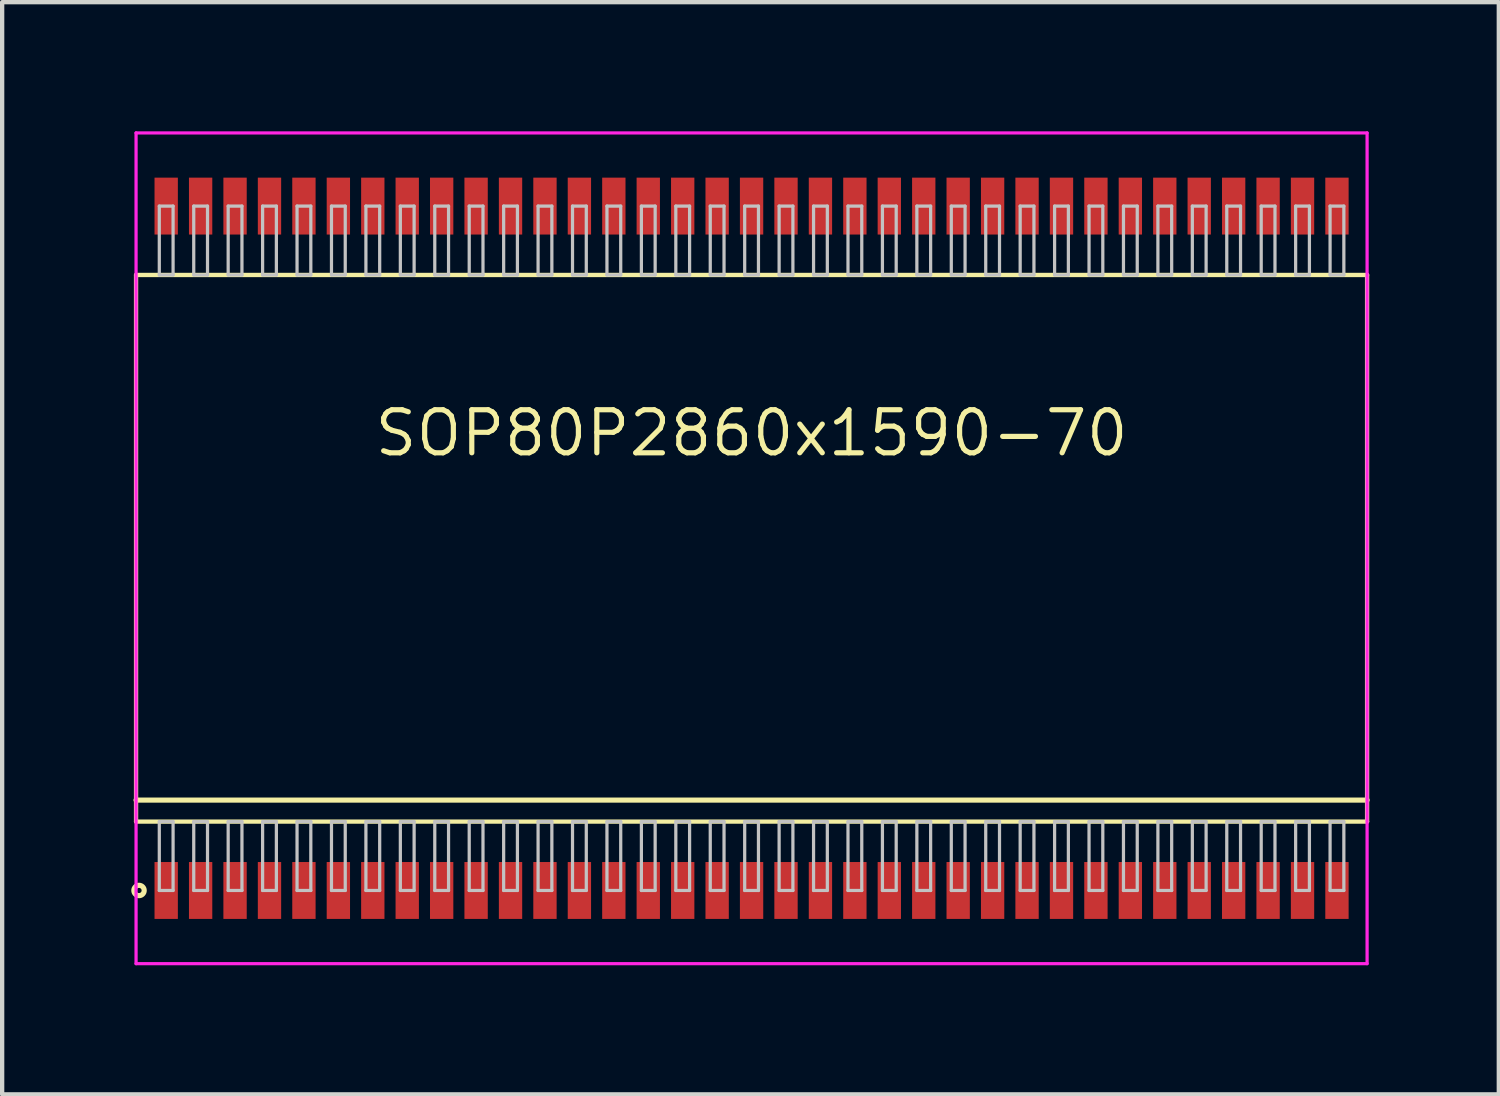
<source format=kicad_pcb>
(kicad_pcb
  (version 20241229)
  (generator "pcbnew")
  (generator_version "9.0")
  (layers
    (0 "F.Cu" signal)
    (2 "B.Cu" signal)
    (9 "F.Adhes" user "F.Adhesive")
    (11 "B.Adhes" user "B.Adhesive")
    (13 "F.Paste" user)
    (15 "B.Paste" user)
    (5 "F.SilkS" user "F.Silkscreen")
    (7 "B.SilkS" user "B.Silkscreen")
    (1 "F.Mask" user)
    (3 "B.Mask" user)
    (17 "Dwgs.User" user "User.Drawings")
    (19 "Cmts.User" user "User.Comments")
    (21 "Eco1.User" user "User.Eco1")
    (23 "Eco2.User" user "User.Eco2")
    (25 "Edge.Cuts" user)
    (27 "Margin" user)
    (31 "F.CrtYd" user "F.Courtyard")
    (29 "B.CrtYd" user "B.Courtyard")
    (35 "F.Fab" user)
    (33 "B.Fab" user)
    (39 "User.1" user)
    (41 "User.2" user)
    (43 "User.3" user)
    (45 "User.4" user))
  (footprint "SOP80P2860x1590-70"
    (layer "F.Cu")
    (at 14.411 9.688)
    (property "Reference" "SOP80P2860x1590-70" (at 0 -2.675 0) (layer "F.SilkS") (effects (font (size 1 1) (thickness 0.12))))
    (attr through_hole)
    (fp_line (start -14.3 -6.35) (end -14.3 6.35) (stroke (width 0.1) (type solid)) (layer "F.SilkS"))
    (fp_line (start -14.3 5.85) (end 14.3 5.85) (stroke (width 0.12) (type solid)) (layer "F.SilkS"))
    (fp_line (start -14.3 6.35) (end 14.3 6.35) (stroke (width 0.1) (type solid)) (layer "F.SilkS"))
    (fp_line (start 14.3 -6.35) (end -14.3 -6.35) (stroke (width 0.1) (type solid)) (layer "F.SilkS"))
    (fp_line (start 14.3 6.35) (end 14.3 -6.35) (stroke (width 0.1) (type solid)) (layer "F.SilkS"))
    (fp_circle (center -14.231 7.95) (end -14.111 7.95) (stroke (width 0.12) (type solid)) (fill no) (layer "F.SilkS"))
    (fp_line (start -13.76 -7.95) (end -13.76 -6.35) (stroke (width 0.075) (type solid)) (layer "Dwgs.User"))
    (fp_line (start -13.76 -6.35) (end -13.44 -6.35) (stroke (width 0.075) (type solid)) (layer "Dwgs.User"))
    (fp_line (start -13.76 6.35) (end -13.44 6.35) (stroke (width 0.075) (type solid)) (layer "Dwgs.User"))
    (fp_line (start -13.76 7.95) (end -13.76 6.35) (stroke (width 0.075) (type solid)) (layer "Dwgs.User"))
    (fp_line (start -13.44 -7.95) (end -13.76 -7.95) (stroke (width 0.075) (type solid)) (layer "Dwgs.User"))
    (fp_line (start -13.44 -6.35) (end -13.44 -7.95) (stroke (width 0.075) (type solid)) (layer "Dwgs.User"))
    (fp_line (start -13.44 6.35) (end -13.44 7.95) (stroke (width 0.075) (type solid)) (layer "Dwgs.User"))
    (fp_line (start -13.44 7.95) (end -13.76 7.95) (stroke (width 0.075) (type solid)) (layer "Dwgs.User"))
    (fp_line (start -12.96 -7.95) (end -12.96 -6.35) (stroke (width 0.075) (type solid)) (layer "Dwgs.User"))
    (fp_line (start -12.96 -6.35) (end -12.64 -6.35) (stroke (width 0.075) (type solid)) (layer "Dwgs.User"))
    (fp_line (start -12.96 6.35) (end -12.64 6.35) (stroke (width 0.075) (type solid)) (layer "Dwgs.User"))
    (fp_line (start -12.96 7.95) (end -12.96 6.35) (stroke (width 0.075) (type solid)) (layer "Dwgs.User"))
    (fp_line (start -12.64 -7.95) (end -12.96 -7.95) (stroke (width 0.075) (type solid)) (layer "Dwgs.User"))
    (fp_line (start -12.64 -6.35) (end -12.64 -7.95) (stroke (width 0.075) (type solid)) (layer "Dwgs.User"))
    (fp_line (start -12.64 6.35) (end -12.64 7.95) (stroke (width 0.075) (type solid)) (layer "Dwgs.User"))
    (fp_line (start -12.64 7.95) (end -12.96 7.95) (stroke (width 0.075) (type solid)) (layer "Dwgs.User"))
    (fp_line (start -12.16 -7.95) (end -12.16 -6.35) (stroke (width 0.075) (type solid)) (layer "Dwgs.User"))
    (fp_line (start -12.16 -6.35) (end -11.84 -6.35) (stroke (width 0.075) (type solid)) (layer "Dwgs.User"))
    (fp_line (start -12.16 6.35) (end -11.84 6.35) (stroke (width 0.075) (type solid)) (layer "Dwgs.User"))
    (fp_line (start -12.16 7.95) (end -12.16 6.35) (stroke (width 0.075) (type solid)) (layer "Dwgs.User"))
    (fp_line (start -11.84 -7.95) (end -12.16 -7.95) (stroke (width 0.075) (type solid)) (layer "Dwgs.User"))
    (fp_line (start -11.84 -6.35) (end -11.84 -7.95) (stroke (width 0.075) (type solid)) (layer "Dwgs.User"))
    (fp_line (start -11.84 6.35) (end -11.84 7.95) (stroke (width 0.075) (type solid)) (layer "Dwgs.User"))
    (fp_line (start -11.84 7.95) (end -12.16 7.95) (stroke (width 0.075) (type solid)) (layer "Dwgs.User"))
    (fp_line (start -11.36 -7.95) (end -11.36 -6.35) (stroke (width 0.075) (type solid)) (layer "Dwgs.User"))
    (fp_line (start -11.36 -6.35) (end -11.04 -6.35) (stroke (width 0.075) (type solid)) (layer "Dwgs.User"))
    (fp_line (start -11.36 6.35) (end -11.04 6.35) (stroke (width 0.075) (type solid)) (layer "Dwgs.User"))
    (fp_line (start -11.36 7.95) (end -11.36 6.35) (stroke (width 0.075) (type solid)) (layer "Dwgs.User"))
    (fp_line (start -11.04 -7.95) (end -11.36 -7.95) (stroke (width 0.075) (type solid)) (layer "Dwgs.User"))
    (fp_line (start -11.04 -6.35) (end -11.04 -7.95) (stroke (width 0.075) (type solid)) (layer "Dwgs.User"))
    (fp_line (start -11.04 6.35) (end -11.04 7.95) (stroke (width 0.075) (type solid)) (layer "Dwgs.User"))
    (fp_line (start -11.04 7.95) (end -11.36 7.95) (stroke (width 0.075) (type solid)) (layer "Dwgs.User"))
    (fp_line (start -10.56 -7.95) (end -10.56 -6.35) (stroke (width 0.075) (type solid)) (layer "Dwgs.User"))
    (fp_line (start -10.56 -6.35) (end -10.24 -6.35) (stroke (width 0.075) (type solid)) (layer "Dwgs.User"))
    (fp_line (start -10.56 6.35) (end -10.24 6.35) (stroke (width 0.075) (type solid)) (layer "Dwgs.User"))
    (fp_line (start -10.56 7.95) (end -10.56 6.35) (stroke (width 0.075) (type solid)) (layer "Dwgs.User"))
    (fp_line (start -10.24 -7.95) (end -10.56 -7.95) (stroke (width 0.075) (type solid)) (layer "Dwgs.User"))
    (fp_line (start -10.24 -6.35) (end -10.24 -7.95) (stroke (width 0.075) (type solid)) (layer "Dwgs.User"))
    (fp_line (start -10.24 6.35) (end -10.24 7.95) (stroke (width 0.075) (type solid)) (layer "Dwgs.User"))
    (fp_line (start -10.24 7.95) (end -10.56 7.95) (stroke (width 0.075) (type solid)) (layer "Dwgs.User"))
    (fp_line (start -9.76 -7.95) (end -9.76 -6.35) (stroke (width 0.075) (type solid)) (layer "Dwgs.User"))
    (fp_line (start -9.76 -6.35) (end -9.44 -6.35) (stroke (width 0.075) (type solid)) (layer "Dwgs.User"))
    (fp_line (start -9.76 6.35) (end -9.44 6.35) (stroke (width 0.075) (type solid)) (layer "Dwgs.User"))
    (fp_line (start -9.76 7.95) (end -9.76 6.35) (stroke (width 0.075) (type solid)) (layer "Dwgs.User"))
    (fp_line (start -9.44 -7.95) (end -9.76 -7.95) (stroke (width 0.075) (type solid)) (layer "Dwgs.User"))
    (fp_line (start -9.44 -6.35) (end -9.44 -7.95) (stroke (width 0.075) (type solid)) (layer "Dwgs.User"))
    (fp_line (start -9.44 6.35) (end -9.44 7.95) (stroke (width 0.075) (type solid)) (layer "Dwgs.User"))
    (fp_line (start -9.44 7.95) (end -9.76 7.95) (stroke (width 0.075) (type solid)) (layer "Dwgs.User"))
    (fp_line (start -8.96 -7.95) (end -8.96 -6.35) (stroke (width 0.075) (type solid)) (layer "Dwgs.User"))
    (fp_line (start -8.96 -6.35) (end -8.64 -6.35) (stroke (width 0.075) (type solid)) (layer "Dwgs.User"))
    (fp_line (start -8.96 6.35) (end -8.64 6.35) (stroke (width 0.075) (type solid)) (layer "Dwgs.User"))
    (fp_line (start -8.96 7.95) (end -8.96 6.35) (stroke (width 0.075) (type solid)) (layer "Dwgs.User"))
    (fp_line (start -8.64 -7.95) (end -8.96 -7.95) (stroke (width 0.075) (type solid)) (layer "Dwgs.User"))
    (fp_line (start -8.64 -6.35) (end -8.64 -7.95) (stroke (width 0.075) (type solid)) (layer "Dwgs.User"))
    (fp_line (start -8.64 6.35) (end -8.64 7.95) (stroke (width 0.075) (type solid)) (layer "Dwgs.User"))
    (fp_line (start -8.64 7.95) (end -8.96 7.95) (stroke (width 0.075) (type solid)) (layer "Dwgs.User"))
    (fp_line (start -8.16 -7.95) (end -8.16 -6.35) (stroke (width 0.075) (type solid)) (layer "Dwgs.User"))
    (fp_line (start -8.16 -6.35) (end -7.84 -6.35) (stroke (width 0.075) (type solid)) (layer "Dwgs.User"))
    (fp_line (start -8.16 6.35) (end -7.84 6.35) (stroke (width 0.075) (type solid)) (layer "Dwgs.User"))
    (fp_line (start -8.16 7.95) (end -8.16 6.35) (stroke (width 0.075) (type solid)) (layer "Dwgs.User"))
    (fp_line (start -7.84 -7.95) (end -8.16 -7.95) (stroke (width 0.075) (type solid)) (layer "Dwgs.User"))
    (fp_line (start -7.84 -6.35) (end -7.84 -7.95) (stroke (width 0.075) (type solid)) (layer "Dwgs.User"))
    (fp_line (start -7.84 6.35) (end -7.84 7.95) (stroke (width 0.075) (type solid)) (layer "Dwgs.User"))
    (fp_line (start -7.84 7.95) (end -8.16 7.95) (stroke (width 0.075) (type solid)) (layer "Dwgs.User"))
    (fp_line (start -7.36 -7.95) (end -7.36 -6.35) (stroke (width 0.075) (type solid)) (layer "Dwgs.User"))
    (fp_line (start -7.36 -6.35) (end -7.04 -6.35) (stroke (width 0.075) (type solid)) (layer "Dwgs.User"))
    (fp_line (start -7.36 6.35) (end -7.04 6.35) (stroke (width 0.075) (type solid)) (layer "Dwgs.User"))
    (fp_line (start -7.36 7.95) (end -7.36 6.35) (stroke (width 0.075) (type solid)) (layer "Dwgs.User"))
    (fp_line (start -7.04 -7.95) (end -7.36 -7.95) (stroke (width 0.075) (type solid)) (layer "Dwgs.User"))
    (fp_line (start -7.04 -6.35) (end -7.04 -7.95) (stroke (width 0.075) (type solid)) (layer "Dwgs.User"))
    (fp_line (start -7.04 6.35) (end -7.04 7.95) (stroke (width 0.075) (type solid)) (layer "Dwgs.User"))
    (fp_line (start -7.04 7.95) (end -7.36 7.95) (stroke (width 0.075) (type solid)) (layer "Dwgs.User"))
    (fp_line (start -6.56 -7.95) (end -6.56 -6.35) (stroke (width 0.075) (type solid)) (layer "Dwgs.User"))
    (fp_line (start -6.56 -6.35) (end -6.24 -6.35) (stroke (width 0.075) (type solid)) (layer "Dwgs.User"))
    (fp_line (start -6.56 6.35) (end -6.24 6.35) (stroke (width 0.075) (type solid)) (layer "Dwgs.User"))
    (fp_line (start -6.56 7.95) (end -6.56 6.35) (stroke (width 0.075) (type solid)) (layer "Dwgs.User"))
    (fp_line (start -6.24 -7.95) (end -6.56 -7.95) (stroke (width 0.075) (type solid)) (layer "Dwgs.User"))
    (fp_line (start -6.24 -6.35) (end -6.24 -7.95) (stroke (width 0.075) (type solid)) (layer "Dwgs.User"))
    (fp_line (start -6.24 6.35) (end -6.24 7.95) (stroke (width 0.075) (type solid)) (layer "Dwgs.User"))
    (fp_line (start -6.24 7.95) (end -6.56 7.95) (stroke (width 0.075) (type solid)) (layer "Dwgs.User"))
    (fp_line (start -5.76 -7.95) (end -5.76 -6.35) (stroke (width 0.075) (type solid)) (layer "Dwgs.User"))
    (fp_line (start -5.76 -6.35) (end -5.44 -6.35) (stroke (width 0.075) (type solid)) (layer "Dwgs.User"))
    (fp_line (start -5.76 6.35) (end -5.44 6.35) (stroke (width 0.075) (type solid)) (layer "Dwgs.User"))
    (fp_line (start -5.76 7.95) (end -5.76 6.35) (stroke (width 0.075) (type solid)) (layer "Dwgs.User"))
    (fp_line (start -5.44 -7.95) (end -5.76 -7.95) (stroke (width 0.075) (type solid)) (layer "Dwgs.User"))
    (fp_line (start -5.44 -6.35) (end -5.44 -7.95) (stroke (width 0.075) (type solid)) (layer "Dwgs.User"))
    (fp_line (start -5.44 6.35) (end -5.44 7.95) (stroke (width 0.075) (type solid)) (layer "Dwgs.User"))
    (fp_line (start -5.44 7.95) (end -5.76 7.95) (stroke (width 0.075) (type solid)) (layer "Dwgs.User"))
    (fp_line (start -4.96 -7.95) (end -4.96 -6.35) (stroke (width 0.075) (type solid)) (layer "Dwgs.User"))
    (fp_line (start -4.96 -6.35) (end -4.64 -6.35) (stroke (width 0.075) (type solid)) (layer "Dwgs.User"))
    (fp_line (start -4.96 6.35) (end -4.64 6.35) (stroke (width 0.075) (type solid)) (layer "Dwgs.User"))
    (fp_line (start -4.96 7.95) (end -4.96 6.35) (stroke (width 0.075) (type solid)) (layer "Dwgs.User"))
    (fp_line (start -4.64 -7.95) (end -4.96 -7.95) (stroke (width 0.075) (type solid)) (layer "Dwgs.User"))
    (fp_line (start -4.64 -6.35) (end -4.64 -7.95) (stroke (width 0.075) (type solid)) (layer "Dwgs.User"))
    (fp_line (start -4.64 6.35) (end -4.64 7.95) (stroke (width 0.075) (type solid)) (layer "Dwgs.User"))
    (fp_line (start -4.64 7.95) (end -4.96 7.95) (stroke (width 0.075) (type solid)) (layer "Dwgs.User"))
    (fp_line (start -4.16 -7.95) (end -4.16 -6.35) (stroke (width 0.075) (type solid)) (layer "Dwgs.User"))
    (fp_line (start -4.16 -6.35) (end -3.84 -6.35) (stroke (width 0.075) (type solid)) (layer "Dwgs.User"))
    (fp_line (start -4.16 6.35) (end -3.84 6.35) (stroke (width 0.075) (type solid)) (layer "Dwgs.User"))
    (fp_line (start -4.16 7.95) (end -4.16 6.35) (stroke (width 0.075) (type solid)) (layer "Dwgs.User"))
    (fp_line (start -3.84 -7.95) (end -4.16 -7.95) (stroke (width 0.075) (type solid)) (layer "Dwgs.User"))
    (fp_line (start -3.84 -6.35) (end -3.84 -7.95) (stroke (width 0.075) (type solid)) (layer "Dwgs.User"))
    (fp_line (start -3.84 6.35) (end -3.84 7.95) (stroke (width 0.075) (type solid)) (layer "Dwgs.User"))
    (fp_line (start -3.84 7.95) (end -4.16 7.95) (stroke (width 0.075) (type solid)) (layer "Dwgs.User"))
    (fp_line (start -3.36 -7.95) (end -3.36 -6.35) (stroke (width 0.075) (type solid)) (layer "Dwgs.User"))
    (fp_line (start -3.36 -6.35) (end -3.04 -6.35) (stroke (width 0.075) (type solid)) (layer "Dwgs.User"))
    (fp_line (start -3.36 6.35) (end -3.04 6.35) (stroke (width 0.075) (type solid)) (layer "Dwgs.User"))
    (fp_line (start -3.36 7.95) (end -3.36 6.35) (stroke (width 0.075) (type solid)) (layer "Dwgs.User"))
    (fp_line (start -3.04 -7.95) (end -3.36 -7.95) (stroke (width 0.075) (type solid)) (layer "Dwgs.User"))
    (fp_line (start -3.04 -6.35) (end -3.04 -7.95) (stroke (width 0.075) (type solid)) (layer "Dwgs.User"))
    (fp_line (start -3.04 6.35) (end -3.04 7.95) (stroke (width 0.075) (type solid)) (layer "Dwgs.User"))
    (fp_line (start -3.04 7.95) (end -3.36 7.95) (stroke (width 0.075) (type solid)) (layer "Dwgs.User"))
    (fp_line (start -2.56 -7.95) (end -2.56 -6.35) (stroke (width 0.075) (type solid)) (layer "Dwgs.User"))
    (fp_line (start -2.56 -6.35) (end -2.24 -6.35) (stroke (width 0.075) (type solid)) (layer "Dwgs.User"))
    (fp_line (start -2.56 6.35) (end -2.24 6.35) (stroke (width 0.075) (type solid)) (layer "Dwgs.User"))
    (fp_line (start -2.56 7.95) (end -2.56 6.35) (stroke (width 0.075) (type solid)) (layer "Dwgs.User"))
    (fp_line (start -2.24 -7.95) (end -2.56 -7.95) (stroke (width 0.075) (type solid)) (layer "Dwgs.User"))
    (fp_line (start -2.24 -6.35) (end -2.24 -7.95) (stroke (width 0.075) (type solid)) (layer "Dwgs.User"))
    (fp_line (start -2.24 6.35) (end -2.24 7.95) (stroke (width 0.075) (type solid)) (layer "Dwgs.User"))
    (fp_line (start -2.24 7.95) (end -2.56 7.95) (stroke (width 0.075) (type solid)) (layer "Dwgs.User"))
    (fp_line (start -1.76 -7.95) (end -1.76 -6.35) (stroke (width 0.075) (type solid)) (layer "Dwgs.User"))
    (fp_line (start -1.76 -6.35) (end -1.44 -6.35) (stroke (width 0.075) (type solid)) (layer "Dwgs.User"))
    (fp_line (start -1.76 6.35) (end -1.44 6.35) (stroke (width 0.075) (type solid)) (layer "Dwgs.User"))
    (fp_line (start -1.76 7.95) (end -1.76 6.35) (stroke (width 0.075) (type solid)) (layer "Dwgs.User"))
    (fp_line (start -1.44 -7.95) (end -1.76 -7.95) (stroke (width 0.075) (type solid)) (layer "Dwgs.User"))
    (fp_line (start -1.44 -6.35) (end -1.44 -7.95) (stroke (width 0.075) (type solid)) (layer "Dwgs.User"))
    (fp_line (start -1.44 6.35) (end -1.44 7.95) (stroke (width 0.075) (type solid)) (layer "Dwgs.User"))
    (fp_line (start -1.44 7.95) (end -1.76 7.95) (stroke (width 0.075) (type solid)) (layer "Dwgs.User"))
    (fp_line (start -0.96 -7.95) (end -0.96 -6.35) (stroke (width 0.075) (type solid)) (layer "Dwgs.User"))
    (fp_line (start -0.96 -6.35) (end -0.64 -6.35) (stroke (width 0.075) (type solid)) (layer "Dwgs.User"))
    (fp_line (start -0.96 6.35) (end -0.64 6.35) (stroke (width 0.075) (type solid)) (layer "Dwgs.User"))
    (fp_line (start -0.96 7.95) (end -0.96 6.35) (stroke (width 0.075) (type solid)) (layer "Dwgs.User"))
    (fp_line (start -0.64 -7.95) (end -0.96 -7.95) (stroke (width 0.075) (type solid)) (layer "Dwgs.User"))
    (fp_line (start -0.64 -6.35) (end -0.64 -7.95) (stroke (width 0.075) (type solid)) (layer "Dwgs.User"))
    (fp_line (start -0.64 6.35) (end -0.64 7.95) (stroke (width 0.075) (type solid)) (layer "Dwgs.User"))
    (fp_line (start -0.64 7.95) (end -0.96 7.95) (stroke (width 0.075) (type solid)) (layer "Dwgs.User"))
    (fp_line (start -0.16 -7.95) (end -0.16 -6.35) (stroke (width 0.075) (type solid)) (layer "Dwgs.User"))
    (fp_line (start -0.16 -6.35) (end 0.16 -6.35) (stroke (width 0.075) (type solid)) (layer "Dwgs.User"))
    (fp_line (start -0.16 6.35) (end 0.16 6.35) (stroke (width 0.075) (type solid)) (layer "Dwgs.User"))
    (fp_line (start -0.16 7.95) (end -0.16 6.35) (stroke (width 0.075) (type solid)) (layer "Dwgs.User"))
    (fp_line (start 0.16 -7.95) (end -0.16 -7.95) (stroke (width 0.075) (type solid)) (layer "Dwgs.User"))
    (fp_line (start 0.16 -6.35) (end 0.16 -7.95) (stroke (width 0.075) (type solid)) (layer "Dwgs.User"))
    (fp_line (start 0.16 6.35) (end 0.16 7.95) (stroke (width 0.075) (type solid)) (layer "Dwgs.User"))
    (fp_line (start 0.16 7.95) (end -0.16 7.95) (stroke (width 0.075) (type solid)) (layer "Dwgs.User"))
    (fp_line (start 0.64 -7.95) (end 0.64 -6.35) (stroke (width 0.075) (type solid)) (layer "Dwgs.User"))
    (fp_line (start 0.64 -6.35) (end 0.96 -6.35) (stroke (width 0.075) (type solid)) (layer "Dwgs.User"))
    (fp_line (start 0.64 6.35) (end 0.96 6.35) (stroke (width 0.075) (type solid)) (layer "Dwgs.User"))
    (fp_line (start 0.64 7.95) (end 0.64 6.35) (stroke (width 0.075) (type solid)) (layer "Dwgs.User"))
    (fp_line (start 0.96 -7.95) (end 0.64 -7.95) (stroke (width 0.075) (type solid)) (layer "Dwgs.User"))
    (fp_line (start 0.96 -6.35) (end 0.96 -7.95) (stroke (width 0.075) (type solid)) (layer "Dwgs.User"))
    (fp_line (start 0.96 6.35) (end 0.96 7.95) (stroke (width 0.075) (type solid)) (layer "Dwgs.User"))
    (fp_line (start 0.96 7.95) (end 0.64 7.95) (stroke (width 0.075) (type solid)) (layer "Dwgs.User"))
    (fp_line (start 1.44 -7.95) (end 1.44 -6.35) (stroke (width 0.075) (type solid)) (layer "Dwgs.User"))
    (fp_line (start 1.44 -6.35) (end 1.76 -6.35) (stroke (width 0.075) (type solid)) (layer "Dwgs.User"))
    (fp_line (start 1.44 6.35) (end 1.76 6.35) (stroke (width 0.075) (type solid)) (layer "Dwgs.User"))
    (fp_line (start 1.44 7.95) (end 1.44 6.35) (stroke (width 0.075) (type solid)) (layer "Dwgs.User"))
    (fp_line (start 1.76 -7.95) (end 1.44 -7.95) (stroke (width 0.075) (type solid)) (layer "Dwgs.User"))
    (fp_line (start 1.76 -6.35) (end 1.76 -7.95) (stroke (width 0.075) (type solid)) (layer "Dwgs.User"))
    (fp_line (start 1.76 6.35) (end 1.76 7.95) (stroke (width 0.075) (type solid)) (layer "Dwgs.User"))
    (fp_line (start 1.76 7.95) (end 1.44 7.95) (stroke (width 0.075) (type solid)) (layer "Dwgs.User"))
    (fp_line (start 2.24 -7.95) (end 2.24 -6.35) (stroke (width 0.075) (type solid)) (layer "Dwgs.User"))
    (fp_line (start 2.24 -6.35) (end 2.56 -6.35) (stroke (width 0.075) (type solid)) (layer "Dwgs.User"))
    (fp_line (start 2.24 6.35) (end 2.56 6.35) (stroke (width 0.075) (type solid)) (layer "Dwgs.User"))
    (fp_line (start 2.24 7.95) (end 2.24 6.35) (stroke (width 0.075) (type solid)) (layer "Dwgs.User"))
    (fp_line (start 2.56 -7.95) (end 2.24 -7.95) (stroke (width 0.075) (type solid)) (layer "Dwgs.User"))
    (fp_line (start 2.56 -6.35) (end 2.56 -7.95) (stroke (width 0.075) (type solid)) (layer "Dwgs.User"))
    (fp_line (start 2.56 6.35) (end 2.56 7.95) (stroke (width 0.075) (type solid)) (layer "Dwgs.User"))
    (fp_line (start 2.56 7.95) (end 2.24 7.95) (stroke (width 0.075) (type solid)) (layer "Dwgs.User"))
    (fp_line (start 3.04 -7.95) (end 3.04 -6.35) (stroke (width 0.075) (type solid)) (layer "Dwgs.User"))
    (fp_line (start 3.04 -6.35) (end 3.36 -6.35) (stroke (width 0.075) (type solid)) (layer "Dwgs.User"))
    (fp_line (start 3.04 6.35) (end 3.36 6.35) (stroke (width 0.075) (type solid)) (layer "Dwgs.User"))
    (fp_line (start 3.04 7.95) (end 3.04 6.35) (stroke (width 0.075) (type solid)) (layer "Dwgs.User"))
    (fp_line (start 3.36 -7.95) (end 3.04 -7.95) (stroke (width 0.075) (type solid)) (layer "Dwgs.User"))
    (fp_line (start 3.36 -6.35) (end 3.36 -7.95) (stroke (width 0.075) (type solid)) (layer "Dwgs.User"))
    (fp_line (start 3.36 6.35) (end 3.36 7.95) (stroke (width 0.075) (type solid)) (layer "Dwgs.User"))
    (fp_line (start 3.36 7.95) (end 3.04 7.95) (stroke (width 0.075) (type solid)) (layer "Dwgs.User"))
    (fp_line (start 3.84 -7.95) (end 3.84 -6.35) (stroke (width 0.075) (type solid)) (layer "Dwgs.User"))
    (fp_line (start 3.84 -6.35) (end 4.16 -6.35) (stroke (width 0.075) (type solid)) (layer "Dwgs.User"))
    (fp_line (start 3.84 6.35) (end 4.16 6.35) (stroke (width 0.075) (type solid)) (layer "Dwgs.User"))
    (fp_line (start 3.84 7.95) (end 3.84 6.35) (stroke (width 0.075) (type solid)) (layer "Dwgs.User"))
    (fp_line (start 4.16 -7.95) (end 3.84 -7.95) (stroke (width 0.075) (type solid)) (layer "Dwgs.User"))
    (fp_line (start 4.16 -6.35) (end 4.16 -7.95) (stroke (width 0.075) (type solid)) (layer "Dwgs.User"))
    (fp_line (start 4.16 6.35) (end 4.16 7.95) (stroke (width 0.075) (type solid)) (layer "Dwgs.User"))
    (fp_line (start 4.16 7.95) (end 3.84 7.95) (stroke (width 0.075) (type solid)) (layer "Dwgs.User"))
    (fp_line (start 4.64 -7.95) (end 4.64 -6.35) (stroke (width 0.075) (type solid)) (layer "Dwgs.User"))
    (fp_line (start 4.64 -6.35) (end 4.96 -6.35) (stroke (width 0.075) (type solid)) (layer "Dwgs.User"))
    (fp_line (start 4.64 6.35) (end 4.96 6.35) (stroke (width 0.075) (type solid)) (layer "Dwgs.User"))
    (fp_line (start 4.64 7.95) (end 4.64 6.35) (stroke (width 0.075) (type solid)) (layer "Dwgs.User"))
    (fp_line (start 4.96 -7.95) (end 4.64 -7.95) (stroke (width 0.075) (type solid)) (layer "Dwgs.User"))
    (fp_line (start 4.96 -6.35) (end 4.96 -7.95) (stroke (width 0.075) (type solid)) (layer "Dwgs.User"))
    (fp_line (start 4.96 6.35) (end 4.96 7.95) (stroke (width 0.075) (type solid)) (layer "Dwgs.User"))
    (fp_line (start 4.96 7.95) (end 4.64 7.95) (stroke (width 0.075) (type solid)) (layer "Dwgs.User"))
    (fp_line (start 5.44 -7.95) (end 5.44 -6.35) (stroke (width 0.075) (type solid)) (layer "Dwgs.User"))
    (fp_line (start 5.44 -6.35) (end 5.76 -6.35) (stroke (width 0.075) (type solid)) (layer "Dwgs.User"))
    (fp_line (start 5.44 6.35) (end 5.76 6.35) (stroke (width 0.075) (type solid)) (layer "Dwgs.User"))
    (fp_line (start 5.44 7.95) (end 5.44 6.35) (stroke (width 0.075) (type solid)) (layer "Dwgs.User"))
    (fp_line (start 5.76 -7.95) (end 5.44 -7.95) (stroke (width 0.075) (type solid)) (layer "Dwgs.User"))
    (fp_line (start 5.76 -6.35) (end 5.76 -7.95) (stroke (width 0.075) (type solid)) (layer "Dwgs.User"))
    (fp_line (start 5.76 6.35) (end 5.76 7.95) (stroke (width 0.075) (type solid)) (layer "Dwgs.User"))
    (fp_line (start 5.76 7.95) (end 5.44 7.95) (stroke (width 0.075) (type solid)) (layer "Dwgs.User"))
    (fp_line (start 6.24 -7.95) (end 6.24 -6.35) (stroke (width 0.075) (type solid)) (layer "Dwgs.User"))
    (fp_line (start 6.24 -6.35) (end 6.56 -6.35) (stroke (width 0.075) (type solid)) (layer "Dwgs.User"))
    (fp_line (start 6.24 6.35) (end 6.56 6.35) (stroke (width 0.075) (type solid)) (layer "Dwgs.User"))
    (fp_line (start 6.24 7.95) (end 6.24 6.35) (stroke (width 0.075) (type solid)) (layer "Dwgs.User"))
    (fp_line (start 6.56 -7.95) (end 6.24 -7.95) (stroke (width 0.075) (type solid)) (layer "Dwgs.User"))
    (fp_line (start 6.56 -6.35) (end 6.56 -7.95) (stroke (width 0.075) (type solid)) (layer "Dwgs.User"))
    (fp_line (start 6.56 6.35) (end 6.56 7.95) (stroke (width 0.075) (type solid)) (layer "Dwgs.User"))
    (fp_line (start 6.56 7.95) (end 6.24 7.95) (stroke (width 0.075) (type solid)) (layer "Dwgs.User"))
    (fp_line (start 7.04 -7.95) (end 7.04 -6.35) (stroke (width 0.075) (type solid)) (layer "Dwgs.User"))
    (fp_line (start 7.04 -6.35) (end 7.36 -6.35) (stroke (width 0.075) (type solid)) (layer "Dwgs.User"))
    (fp_line (start 7.04 6.35) (end 7.36 6.35) (stroke (width 0.075) (type solid)) (layer "Dwgs.User"))
    (fp_line (start 7.04 7.95) (end 7.04 6.35) (stroke (width 0.075) (type solid)) (layer "Dwgs.User"))
    (fp_line (start 7.36 -7.95) (end 7.04 -7.95) (stroke (width 0.075) (type solid)) (layer "Dwgs.User"))
    (fp_line (start 7.36 -6.35) (end 7.36 -7.95) (stroke (width 0.075) (type solid)) (layer "Dwgs.User"))
    (fp_line (start 7.36 6.35) (end 7.36 7.95) (stroke (width 0.075) (type solid)) (layer "Dwgs.User"))
    (fp_line (start 7.36 7.95) (end 7.04 7.95) (stroke (width 0.075) (type solid)) (layer "Dwgs.User"))
    (fp_line (start 7.84 -7.95) (end 7.84 -6.35) (stroke (width 0.075) (type solid)) (layer "Dwgs.User"))
    (fp_line (start 7.84 -6.35) (end 8.16 -6.35) (stroke (width 0.075) (type solid)) (layer "Dwgs.User"))
    (fp_line (start 7.84 6.35) (end 8.16 6.35) (stroke (width 0.075) (type solid)) (layer "Dwgs.User"))
    (fp_line (start 7.84 7.95) (end 7.84 6.35) (stroke (width 0.075) (type solid)) (layer "Dwgs.User"))
    (fp_line (start 8.16 -7.95) (end 7.84 -7.95) (stroke (width 0.075) (type solid)) (layer "Dwgs.User"))
    (fp_line (start 8.16 -6.35) (end 8.16 -7.95) (stroke (width 0.075) (type solid)) (layer "Dwgs.User"))
    (fp_line (start 8.16 6.35) (end 8.16 7.95) (stroke (width 0.075) (type solid)) (layer "Dwgs.User"))
    (fp_line (start 8.16 7.95) (end 7.84 7.95) (stroke (width 0.075) (type solid)) (layer "Dwgs.User"))
    (fp_line (start 8.64 -7.95) (end 8.64 -6.35) (stroke (width 0.075) (type solid)) (layer "Dwgs.User"))
    (fp_line (start 8.64 -6.35) (end 8.96 -6.35) (stroke (width 0.075) (type solid)) (layer "Dwgs.User"))
    (fp_line (start 8.64 6.35) (end 8.96 6.35) (stroke (width 0.075) (type solid)) (layer "Dwgs.User"))
    (fp_line (start 8.64 7.95) (end 8.64 6.35) (stroke (width 0.075) (type solid)) (layer "Dwgs.User"))
    (fp_line (start 8.96 -7.95) (end 8.64 -7.95) (stroke (width 0.075) (type solid)) (layer "Dwgs.User"))
    (fp_line (start 8.96 -6.35) (end 8.96 -7.95) (stroke (width 0.075) (type solid)) (layer "Dwgs.User"))
    (fp_line (start 8.96 6.35) (end 8.96 7.95) (stroke (width 0.075) (type solid)) (layer "Dwgs.User"))
    (fp_line (start 8.96 7.95) (end 8.64 7.95) (stroke (width 0.075) (type solid)) (layer "Dwgs.User"))
    (fp_line (start 9.44 -7.95) (end 9.44 -6.35) (stroke (width 0.075) (type solid)) (layer "Dwgs.User"))
    (fp_line (start 9.44 -6.35) (end 9.76 -6.35) (stroke (width 0.075) (type solid)) (layer "Dwgs.User"))
    (fp_line (start 9.44 6.35) (end 9.76 6.35) (stroke (width 0.075) (type solid)) (layer "Dwgs.User"))
    (fp_line (start 9.44 7.95) (end 9.44 6.35) (stroke (width 0.075) (type solid)) (layer "Dwgs.User"))
    (fp_line (start 9.76 -7.95) (end 9.44 -7.95) (stroke (width 0.075) (type solid)) (layer "Dwgs.User"))
    (fp_line (start 9.76 -6.35) (end 9.76 -7.95) (stroke (width 0.075) (type solid)) (layer "Dwgs.User"))
    (fp_line (start 9.76 6.35) (end 9.76 7.95) (stroke (width 0.075) (type solid)) (layer "Dwgs.User"))
    (fp_line (start 9.76 7.95) (end 9.44 7.95) (stroke (width 0.075) (type solid)) (layer "Dwgs.User"))
    (fp_line (start 10.24 -7.95) (end 10.24 -6.35) (stroke (width 0.075) (type solid)) (layer "Dwgs.User"))
    (fp_line (start 10.24 -6.35) (end 10.56 -6.35) (stroke (width 0.075) (type solid)) (layer "Dwgs.User"))
    (fp_line (start 10.24 6.35) (end 10.56 6.35) (stroke (width 0.075) (type solid)) (layer "Dwgs.User"))
    (fp_line (start 10.24 7.95) (end 10.24 6.35) (stroke (width 0.075) (type solid)) (layer "Dwgs.User"))
    (fp_line (start 10.56 -7.95) (end 10.24 -7.95) (stroke (width 0.075) (type solid)) (layer "Dwgs.User"))
    (fp_line (start 10.56 -6.35) (end 10.56 -7.95) (stroke (width 0.075) (type solid)) (layer "Dwgs.User"))
    (fp_line (start 10.56 6.35) (end 10.56 7.95) (stroke (width 0.075) (type solid)) (layer "Dwgs.User"))
    (fp_line (start 10.56 7.95) (end 10.24 7.95) (stroke (width 0.075) (type solid)) (layer "Dwgs.User"))
    (fp_line (start 11.04 -7.95) (end 11.04 -6.35) (stroke (width 0.075) (type solid)) (layer "Dwgs.User"))
    (fp_line (start 11.04 -6.35) (end 11.36 -6.35) (stroke (width 0.075) (type solid)) (layer "Dwgs.User"))
    (fp_line (start 11.04 6.35) (end 11.36 6.35) (stroke (width 0.075) (type solid)) (layer "Dwgs.User"))
    (fp_line (start 11.04 7.95) (end 11.04 6.35) (stroke (width 0.075) (type solid)) (layer "Dwgs.User"))
    (fp_line (start 11.36 -7.95) (end 11.04 -7.95) (stroke (width 0.075) (type solid)) (layer "Dwgs.User"))
    (fp_line (start 11.36 -6.35) (end 11.36 -7.95) (stroke (width 0.075) (type solid)) (layer "Dwgs.User"))
    (fp_line (start 11.36 6.35) (end 11.36 7.95) (stroke (width 0.075) (type solid)) (layer "Dwgs.User"))
    (fp_line (start 11.36 7.95) (end 11.04 7.95) (stroke (width 0.075) (type solid)) (layer "Dwgs.User"))
    (fp_line (start 11.84 -7.95) (end 11.84 -6.35) (stroke (width 0.075) (type solid)) (layer "Dwgs.User"))
    (fp_line (start 11.84 -6.35) (end 12.16 -6.35) (stroke (width 0.075) (type solid)) (layer "Dwgs.User"))
    (fp_line (start 11.84 6.35) (end 12.16 6.35) (stroke (width 0.075) (type solid)) (layer "Dwgs.User"))
    (fp_line (start 11.84 7.95) (end 11.84 6.35) (stroke (width 0.075) (type solid)) (layer "Dwgs.User"))
    (fp_line (start 12.16 -7.95) (end 11.84 -7.95) (stroke (width 0.075) (type solid)) (layer "Dwgs.User"))
    (fp_line (start 12.16 -6.35) (end 12.16 -7.95) (stroke (width 0.075) (type solid)) (layer "Dwgs.User"))
    (fp_line (start 12.16 6.35) (end 12.16 7.95) (stroke (width 0.075) (type solid)) (layer "Dwgs.User"))
    (fp_line (start 12.16 7.95) (end 11.84 7.95) (stroke (width 0.075) (type solid)) (layer "Dwgs.User"))
    (fp_line (start 12.64 -7.95) (end 12.64 -6.35) (stroke (width 0.075) (type solid)) (layer "Dwgs.User"))
    (fp_line (start 12.64 -6.35) (end 12.96 -6.35) (stroke (width 0.075) (type solid)) (layer "Dwgs.User"))
    (fp_line (start 12.64 6.35) (end 12.96 6.35) (stroke (width 0.075) (type solid)) (layer "Dwgs.User"))
    (fp_line (start 12.64 7.95) (end 12.64 6.35) (stroke (width 0.075) (type solid)) (layer "Dwgs.User"))
    (fp_line (start 12.96 -7.95) (end 12.64 -7.95) (stroke (width 0.075) (type solid)) (layer "Dwgs.User"))
    (fp_line (start 12.96 -6.35) (end 12.96 -7.95) (stroke (width 0.075) (type solid)) (layer "Dwgs.User"))
    (fp_line (start 12.96 6.35) (end 12.96 7.95) (stroke (width 0.075) (type solid)) (layer "Dwgs.User"))
    (fp_line (start 12.96 7.95) (end 12.64 7.95) (stroke (width 0.075) (type solid)) (layer "Dwgs.User"))
    (fp_line (start 13.44 -7.95) (end 13.44 -6.35) (stroke (width 0.075) (type solid)) (layer "Dwgs.User"))
    (fp_line (start 13.44 -6.35) (end 13.76 -6.35) (stroke (width 0.075) (type solid)) (layer "Dwgs.User"))
    (fp_line (start 13.44 6.35) (end 13.76 6.35) (stroke (width 0.075) (type solid)) (layer "Dwgs.User"))
    (fp_line (start 13.44 7.95) (end 13.44 6.35) (stroke (width 0.075) (type solid)) (layer "Dwgs.User"))
    (fp_line (start 13.76 -7.95) (end 13.44 -7.95) (stroke (width 0.075) (type solid)) (layer "Dwgs.User"))
    (fp_line (start 13.76 -6.35) (end 13.76 -7.95) (stroke (width 0.075) (type solid)) (layer "Dwgs.User"))
    (fp_line (start 13.76 6.35) (end 13.76 7.95) (stroke (width 0.075) (type solid)) (layer "Dwgs.User"))
    (fp_line (start 13.76 7.95) (end 13.44 7.95) (stroke (width 0.075) (type solid)) (layer "Dwgs.User"))
    (fp_line (start -0.75 0) (end 0.75 0) (stroke (width 0.12) (type solid)) (layer "Eco1.User"))
    (fp_line (start 0 -0.75) (end 0 0.75) (stroke (width 0.12) (type solid)) (layer "Eco1.User"))
    (fp_circle (center 0 0) (end 0.5 0) (stroke (width 0.12) (type solid)) (fill no) (layer "Eco1.User"))
    (fp_line (start -14.3 -9.65) (end -14.3 9.65) (stroke (width 0.075) (type solid)) (layer "F.CrtYd"))
    (fp_line (start -14.3 9.65) (end 14.3 9.65) (stroke (width 0.075) (type solid)) (layer "F.CrtYd"))
    (fp_line (start 14.3 -9.65) (end -14.3 -9.65) (stroke (width 0.075) (type solid)) (layer "F.CrtYd"))
    (fp_line (start 14.3 9.65) (end 14.3 -9.65) (stroke (width 0.075) (type solid)) (layer "F.CrtYd"))
    (pad "1" smd rect (at -13.6 7.95) (size 0.542 1.322) (layers "F.Cu" "F.Mask" "F.Paste"))
    (pad "2" smd rect (at -12.8 7.95) (size 0.542 1.322) (layers "F.Cu" "F.Mask" "F.Paste"))
    (pad "3" smd rect (at -12 7.95) (size 0.542 1.322) (layers "F.Cu" "F.Mask" "F.Paste"))
    (pad "4" smd rect (at -11.2 7.95) (size 0.542 1.322) (layers "F.Cu" "F.Mask" "F.Paste"))
    (pad "5" smd rect (at -10.4 7.95) (size 0.542 1.322) (layers "F.Cu" "F.Mask" "F.Paste"))
    (pad "6" smd rect (at -9.6 7.95) (size 0.542 1.322) (layers "F.Cu" "F.Mask" "F.Paste"))
    (pad "7" smd rect (at -8.8 7.95) (size 0.542 1.322) (layers "F.Cu" "F.Mask" "F.Paste"))
    (pad "8" smd rect (at -8 7.95) (size 0.542 1.322) (layers "F.Cu" "F.Mask" "F.Paste"))
    (pad "9" smd rect (at -7.2 7.95) (size 0.542 1.322) (layers "F.Cu" "F.Mask" "F.Paste"))
    (pad "10" smd rect (at -6.4 7.95) (size 0.542 1.322) (layers "F.Cu" "F.Mask" "F.Paste"))
    (pad "11" smd rect (at -5.6 7.95) (size 0.542 1.322) (layers "F.Cu" "F.Mask" "F.Paste"))
    (pad "12" smd rect (at -4.8 7.95) (size 0.542 1.322) (layers "F.Cu" "F.Mask" "F.Paste"))
    (pad "13" smd rect (at -4 7.95) (size 0.542 1.322) (layers "F.Cu" "F.Mask" "F.Paste"))
    (pad "14" smd rect (at -3.2 7.95) (size 0.542 1.322) (layers "F.Cu" "F.Mask" "F.Paste"))
    (pad "15" smd rect (at -2.4 7.95) (size 0.542 1.322) (layers "F.Cu" "F.Mask" "F.Paste"))
    (pad "16" smd rect (at -1.6 7.95) (size 0.542 1.322) (layers "F.Cu" "F.Mask" "F.Paste"))
    (pad "17" smd rect (at -0.8 7.95) (size 0.542 1.322) (layers "F.Cu" "F.Mask" "F.Paste"))
    (pad "18" smd rect (at 0 7.95) (size 0.542 1.322) (layers "F.Cu" "F.Mask" "F.Paste"))
    (pad "19" smd rect (at 0.8 7.95) (size 0.542 1.322) (layers "F.Cu" "F.Mask" "F.Paste"))
    (pad "20" smd rect (at 1.6 7.95) (size 0.542 1.322) (layers "F.Cu" "F.Mask" "F.Paste"))
    (pad "21" smd rect (at 2.4 7.95) (size 0.542 1.322) (layers "F.Cu" "F.Mask" "F.Paste"))
    (pad "22" smd rect (at 3.2 7.95) (size 0.542 1.322) (layers "F.Cu" "F.Mask" "F.Paste"))
    (pad "23" smd rect (at 4 7.95) (size 0.542 1.322) (layers "F.Cu" "F.Mask" "F.Paste"))
    (pad "24" smd rect (at 4.8 7.95) (size 0.542 1.322) (layers "F.Cu" "F.Mask" "F.Paste"))
    (pad "25" smd rect (at 5.6 7.95) (size 0.542 1.322) (layers "F.Cu" "F.Mask" "F.Paste"))
    (pad "26" smd rect (at 6.4 7.95) (size 0.542 1.322) (layers "F.Cu" "F.Mask" "F.Paste"))
    (pad "27" smd rect (at 7.2 7.95) (size 0.542 1.322) (layers "F.Cu" "F.Mask" "F.Paste"))
    (pad "28" smd rect (at 8 7.95) (size 0.542 1.322) (layers "F.Cu" "F.Mask" "F.Paste"))
    (pad "29" smd rect (at 8.8 7.95) (size 0.542 1.322) (layers "F.Cu" "F.Mask" "F.Paste"))
    (pad "30" smd rect (at 9.6 7.95) (size 0.542 1.322) (layers "F.Cu" "F.Mask" "F.Paste"))
    (pad "31" smd rect (at 10.4 7.95) (size 0.542 1.322) (layers "F.Cu" "F.Mask" "F.Paste"))
    (pad "32" smd rect (at 11.2 7.95) (size 0.542 1.322) (layers "F.Cu" "F.Mask" "F.Paste"))
    (pad "33" smd rect (at 12 7.95) (size 0.542 1.322) (layers "F.Cu" "F.Mask" "F.Paste"))
    (pad "34" smd rect (at 12.8 7.95) (size 0.542 1.322) (layers "F.Cu" "F.Mask" "F.Paste"))
    (pad "35" smd rect (at 13.6 7.95) (size 0.542 1.322) (layers "F.Cu" "F.Mask" "F.Paste"))
    (pad "36" smd rect (at 13.6 -7.95) (size 0.542 1.322) (layers "F.Cu" "F.Mask" "F.Paste"))
    (pad "37" smd rect (at 12.8 -7.95) (size 0.542 1.322) (layers "F.Cu" "F.Mask" "F.Paste"))
    (pad "38" smd rect (at 12 -7.95) (size 0.542 1.322) (layers "F.Cu" "F.Mask" "F.Paste"))
    (pad "39" smd rect (at 11.2 -7.95) (size 0.542 1.322) (layers "F.Cu" "F.Mask" "F.Paste"))
    (pad "40" smd rect (at 10.4 -7.95) (size 0.542 1.322) (layers "F.Cu" "F.Mask" "F.Paste"))
    (pad "41" smd rect (at 9.6 -7.95) (size 0.542 1.322) (layers "F.Cu" "F.Mask" "F.Paste"))
    (pad "42" smd rect (at 8.8 -7.95) (size 0.542 1.322) (layers "F.Cu" "F.Mask" "F.Paste"))
    (pad "43" smd rect (at 8 -7.95) (size 0.542 1.322) (layers "F.Cu" "F.Mask" "F.Paste"))
    (pad "44" smd rect (at 7.2 -7.95) (size 0.542 1.322) (layers "F.Cu" "F.Mask" "F.Paste"))
    (pad "45" smd rect (at 6.4 -7.95) (size 0.542 1.322) (layers "F.Cu" "F.Mask" "F.Paste"))
    (pad "46" smd rect (at 5.6 -7.95) (size 0.542 1.322) (layers "F.Cu" "F.Mask" "F.Paste"))
    (pad "47" smd rect (at 4.8 -7.95) (size 0.542 1.322) (layers "F.Cu" "F.Mask" "F.Paste"))
    (pad "48" smd rect (at 4 -7.95) (size 0.542 1.322) (layers "F.Cu" "F.Mask" "F.Paste"))
    (pad "49" smd rect (at 3.2 -7.95) (size 0.542 1.322) (layers "F.Cu" "F.Mask" "F.Paste"))
    (pad "50" smd rect (at 2.4 -7.95) (size 0.542 1.322) (layers "F.Cu" "F.Mask" "F.Paste"))
    (pad "51" smd rect (at 1.6 -7.95) (size 0.542 1.322) (layers "F.Cu" "F.Mask" "F.Paste"))
    (pad "52" smd rect (at 0.8 -7.95) (size 0.542 1.322) (layers "F.Cu" "F.Mask" "F.Paste"))
    (pad "53" smd rect (at 0 -7.95) (size 0.542 1.322) (layers "F.Cu" "F.Mask" "F.Paste"))
    (pad "54" smd rect (at -0.8 -7.95) (size 0.542 1.322) (layers "F.Cu" "F.Mask" "F.Paste"))
    (pad "55" smd rect (at -1.6 -7.95) (size 0.542 1.322) (layers "F.Cu" "F.Mask" "F.Paste"))
    (pad "56" smd rect (at -2.4 -7.95) (size 0.542 1.322) (layers "F.Cu" "F.Mask" "F.Paste"))
    (pad "57" smd rect (at -3.2 -7.95) (size 0.542 1.322) (layers "F.Cu" "F.Mask" "F.Paste"))
    (pad "58" smd rect (at -4 -7.95) (size 0.542 1.322) (layers "F.Cu" "F.Mask" "F.Paste"))
    (pad "59" smd rect (at -4.8 -7.95) (size 0.542 1.322) (layers "F.Cu" "F.Mask" "F.Paste"))
    (pad "60" smd rect (at -5.6 -7.95) (size 0.542 1.322) (layers "F.Cu" "F.Mask" "F.Paste"))
    (pad "61" smd rect (at -6.4 -7.95) (size 0.542 1.322) (layers "F.Cu" "F.Mask" "F.Paste"))
    (pad "62" smd rect (at -7.2 -7.95) (size 0.542 1.322) (layers "F.Cu" "F.Mask" "F.Paste"))
    (pad "63" smd rect (at -8 -7.95) (size 0.542 1.322) (layers "F.Cu" "F.Mask" "F.Paste"))
    (pad "64" smd rect (at -8.8 -7.95) (size 0.542 1.322) (layers "F.Cu" "F.Mask" "F.Paste"))
    (pad "65" smd rect (at -9.6 -7.95) (size 0.542 1.322) (layers "F.Cu" "F.Mask" "F.Paste"))
    (pad "66" smd rect (at -10.4 -7.95) (size 0.542 1.322) (layers "F.Cu" "F.Mask" "F.Paste"))
    (pad "67" smd rect (at -11.2 -7.95) (size 0.542 1.322) (layers "F.Cu" "F.Mask" "F.Paste"))
    (pad "68" smd rect (at -12 -7.95) (size 0.542 1.322) (layers "F.Cu" "F.Mask" "F.Paste"))
    (pad "69" smd rect (at -12.8 -7.95) (size 0.542 1.322) (layers "F.Cu" "F.Mask" "F.Paste"))
    (pad "70" smd rect (at -13.6 -7.95) (size 0.542 1.322) (layers "F.Cu" "F.Mask" "F.Paste")))
  (gr_rect
    (start -3 -3)
    (end 31.771 22.375)
    (stroke (width 0.1) (type default))
    (fill no)
    (layer "Edge.Cuts")))
</source>
